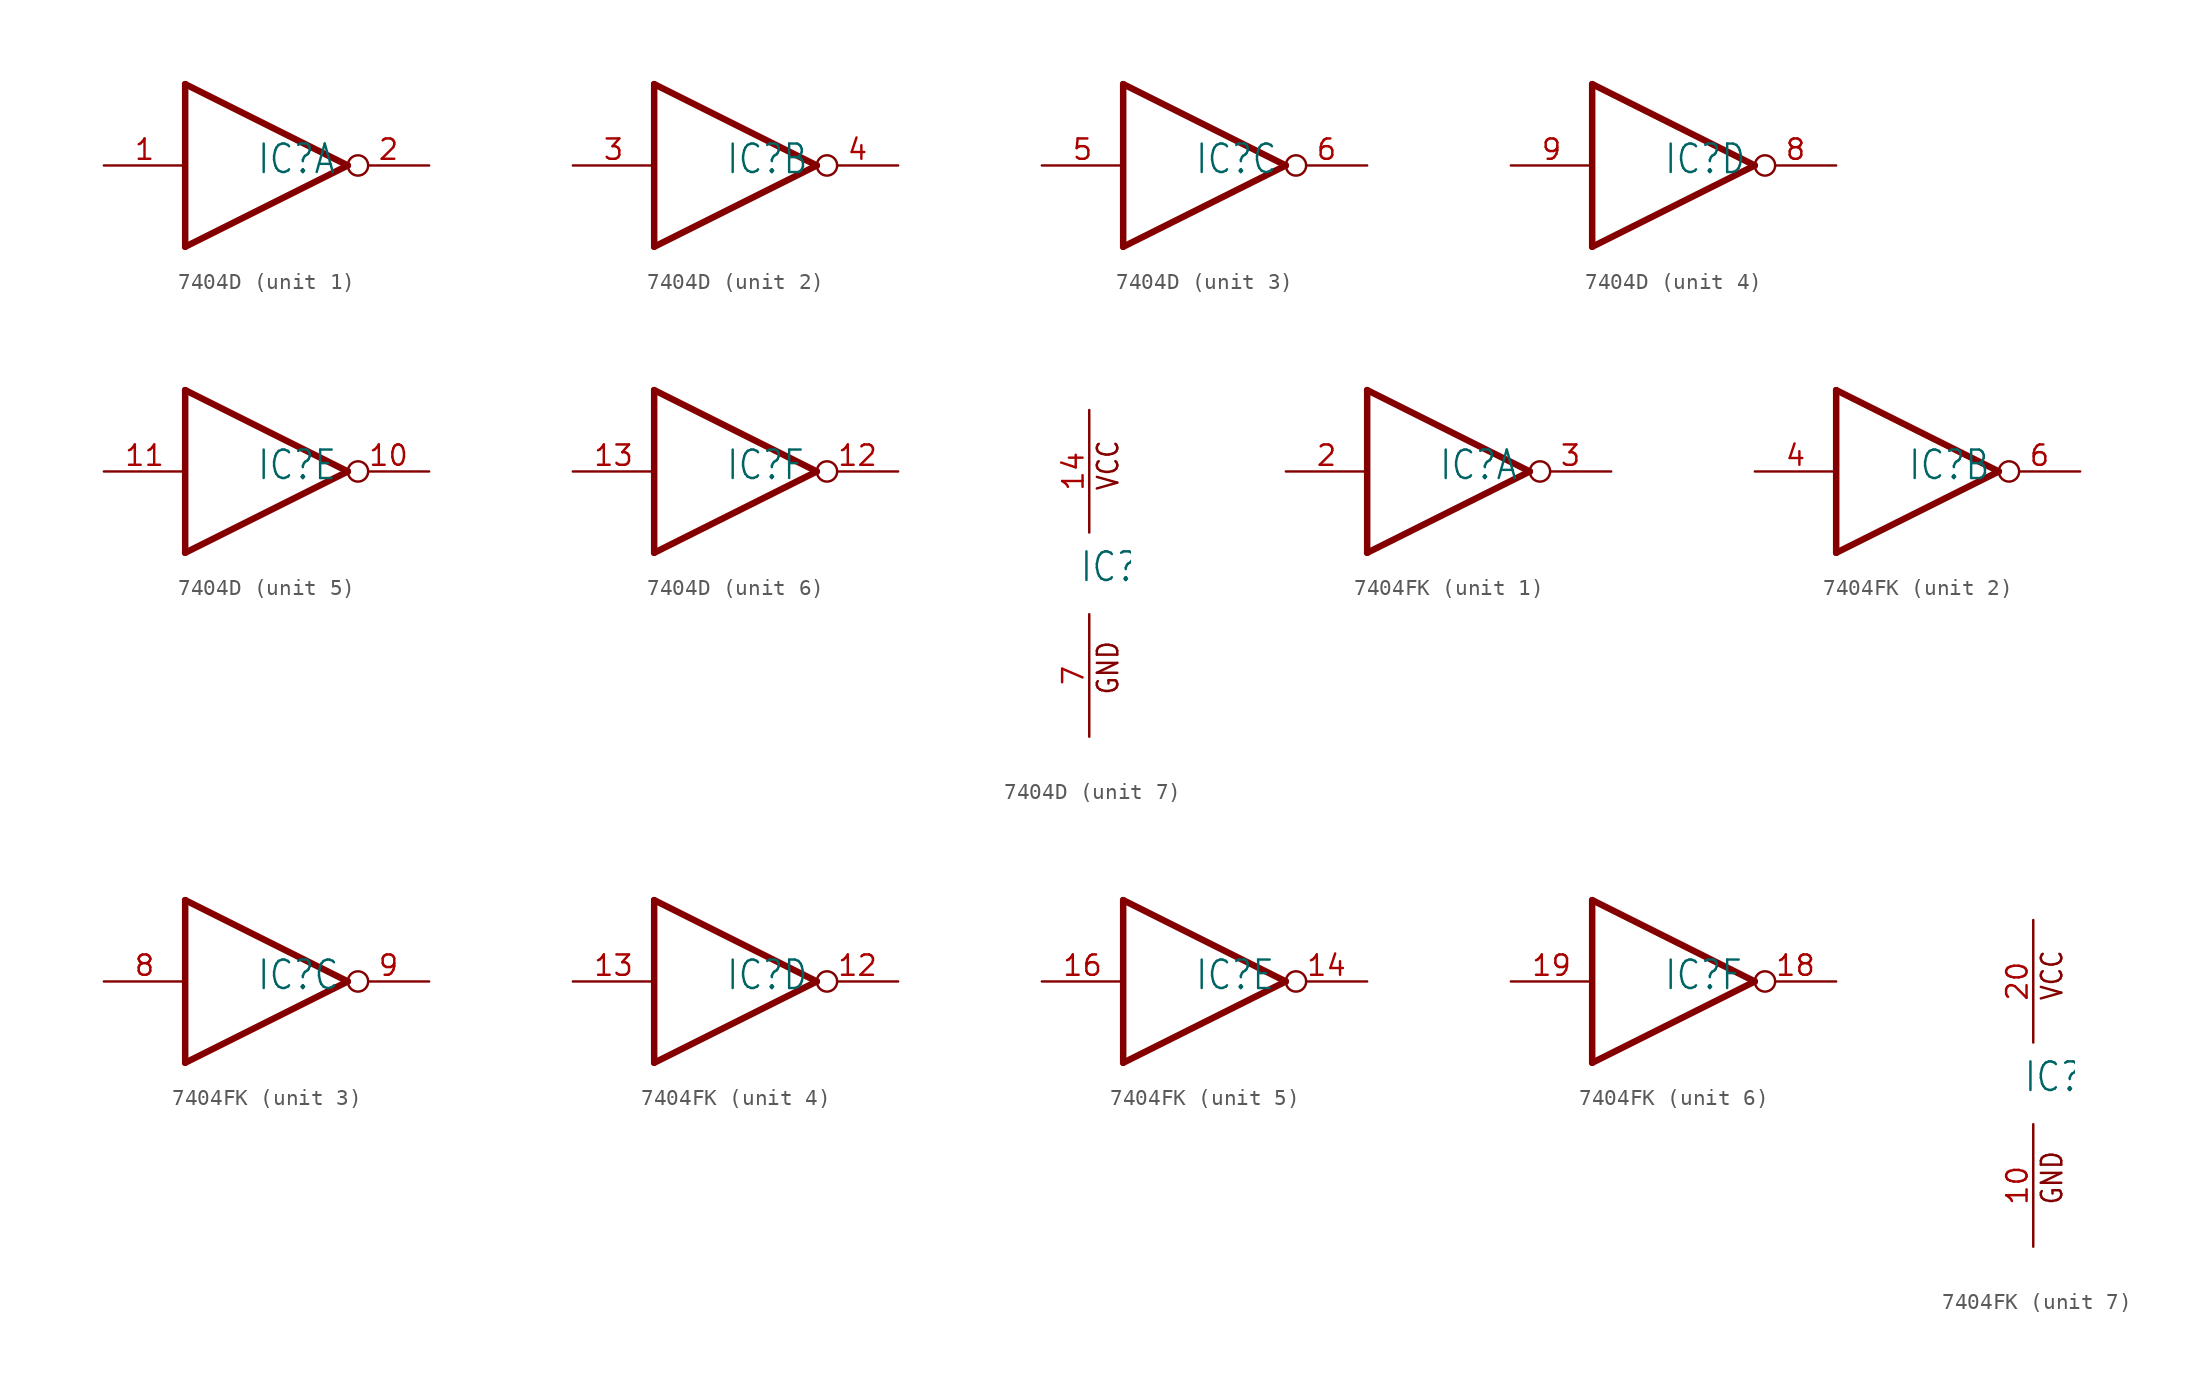
<source format=kicad_sym>
(kicad_symbol_lib
  (version 20211014)
  (generator kicad_symbol_editor)
  (symbol "7404D"
    (property "Reference" "IC"
      (at -0.635 -0.635 0)
      (effects (font (size 1.778 1.511)) (justify left bottom)))
    (property "ki_locked" ""
      (at 0 0 0)
      (effects (font (size 1.27 1.27))))
    (symbol "7404D_1_0"
      (polyline (pts (xy -5.08 -5.08) (xy -5.08 5.08)) (stroke (width 0.406) (type default) (color 0 0 0 0)) (fill (type none)))
      (polyline (pts (xy -5.08 5.08) (xy 5.08 0)) (stroke (width 0.406) (type default) (color 0 0 0 0)) (fill (type none)))
      (polyline (pts (xy 5.08 0) (xy -5.08 -5.08)) (stroke (width 0.406) (type default) (color 0 0 0 0)) (fill (type none)))
      (pin input line (at -10.16 0 0) (length 5.08) (name "I" (effects (font (size 0 0)))) (number "1" (effects (font (size 1.27 1.27)))))
      (pin output inverted (at 10.16 0 180) (length 5.08) (name "O" (effects (font (size 0 0)))) (number "2" (effects (font (size 1.27 1.27))))))
    (symbol "7404D_2_0"
      (polyline (pts (xy -5.08 -5.08) (xy -5.08 5.08)) (stroke (width 0.406) (type default) (color 0 0 0 0)) (fill (type none)))
      (polyline (pts (xy -5.08 5.08) (xy 5.08 0)) (stroke (width 0.406) (type default) (color 0 0 0 0)) (fill (type none)))
      (polyline (pts (xy 5.08 0) (xy -5.08 -5.08)) (stroke (width 0.406) (type default) (color 0 0 0 0)) (fill (type none)))
      (pin input line (at -10.16 0 0) (length 5.08) (name "I" (effects (font (size 0 0)))) (number "3" (effects (font (size 1.27 1.27)))))
      (pin output inverted (at 10.16 0 180) (length 5.08) (name "O" (effects (font (size 0 0)))) (number "4" (effects (font (size 1.27 1.27))))))
    (symbol "7404D_3_0"
      (polyline (pts (xy -5.08 -5.08) (xy -5.08 5.08)) (stroke (width 0.406) (type default) (color 0 0 0 0)) (fill (type none)))
      (polyline (pts (xy -5.08 5.08) (xy 5.08 0)) (stroke (width 0.406) (type default) (color 0 0 0 0)) (fill (type none)))
      (polyline (pts (xy 5.08 0) (xy -5.08 -5.08)) (stroke (width 0.406) (type default) (color 0 0 0 0)) (fill (type none)))
      (pin input line (at -10.16 0 0) (length 5.08) (name "I" (effects (font (size 0 0)))) (number "5" (effects (font (size 1.27 1.27)))))
      (pin output inverted (at 10.16 0 180) (length 5.08) (name "O" (effects (font (size 0 0)))) (number "6" (effects (font (size 1.27 1.27))))))
    (symbol "7404D_4_0"
      (polyline (pts (xy -5.08 -5.08) (xy -5.08 5.08)) (stroke (width 0.406) (type default) (color 0 0 0 0)) (fill (type none)))
      (polyline (pts (xy -5.08 5.08) (xy 5.08 0)) (stroke (width 0.406) (type default) (color 0 0 0 0)) (fill (type none)))
      (polyline (pts (xy 5.08 0) (xy -5.08 -5.08)) (stroke (width 0.406) (type default) (color 0 0 0 0)) (fill (type none)))
      (pin output inverted (at 10.16 0 180) (length 5.08) (name "O" (effects (font (size 0 0)))) (number "8" (effects (font (size 1.27 1.27)))))
      (pin input line (at -10.16 0 0) (length 5.08) (name "I" (effects (font (size 0 0)))) (number "9" (effects (font (size 1.27 1.27))))))
    (symbol "7404D_5_0"
      (polyline (pts (xy -5.08 -5.08) (xy -5.08 5.08)) (stroke (width 0.406) (type default) (color 0 0 0 0)) (fill (type none)))
      (polyline (pts (xy -5.08 5.08) (xy 5.08 0)) (stroke (width 0.406) (type default) (color 0 0 0 0)) (fill (type none)))
      (polyline (pts (xy 5.08 0) (xy -5.08 -5.08)) (stroke (width 0.406) (type default) (color 0 0 0 0)) (fill (type none)))
      (pin output inverted (at 10.16 0 180) (length 5.08) (name "O" (effects (font (size 0 0)))) (number "10" (effects (font (size 1.27 1.27)))))
      (pin input line (at -10.16 0 0) (length 5.08) (name "I" (effects (font (size 0 0)))) (number "11" (effects (font (size 1.27 1.27))))))
    (symbol "7404D_6_0"
      (polyline (pts (xy -5.08 -5.08) (xy -5.08 5.08)) (stroke (width 0.406) (type default) (color 0 0 0 0)) (fill (type none)))
      (polyline (pts (xy -5.08 5.08) (xy 5.08 0)) (stroke (width 0.406) (type default) (color 0 0 0 0)) (fill (type none)))
      (polyline (pts (xy 5.08 0) (xy -5.08 -5.08)) (stroke (width 0.406) (type default) (color 0 0 0 0)) (fill (type none)))
      (pin output inverted (at 10.16 0 180) (length 5.08) (name "O" (effects (font (size 0 0)))) (number "12" (effects (font (size 1.27 1.27)))))
      (pin input line (at -10.16 0 0) (length 5.08) (name "I" (effects (font (size 0 0)))) (number "13" (effects (font (size 1.27 1.27))))))
    (symbol "7404D_7_0"
      (text "GND" (at 1.905 -7.62 900) (effects (font (size 1.27 1.079)) (justify left bottom)))
      (text "VCC" (at 1.905 5.08 900) (effects (font (size 1.27 1.079)) (justify left bottom)))
      (pin power_in line (at 0 10.16 270) (length 7.62) (name "VCC" (effects (font (size 0 0)))) (number "14" (effects (font (size 1.27 1.27)))))
      (pin power_in line (at 0 -10.16 90) (length 7.62) (name "GND" (effects (font (size 0 0)))) (number "7" (effects (font (size 1.27 1.27)))))))
  (symbol "7404FK"
    (property "Reference" "IC"
      (at -0.635 -0.635 0)
      (effects (font (size 1.778 1.511)) (justify left bottom)))
    (property "ki_locked" ""
      (at 0 0 0)
      (effects (font (size 1.27 1.27))))
    (symbol "7404FK_1_0"
      (polyline (pts (xy -5.08 -5.08) (xy -5.08 5.08)) (stroke (width 0.406) (type default) (color 0 0 0 0)) (fill (type none)))
      (polyline (pts (xy -5.08 5.08) (xy 5.08 0)) (stroke (width 0.406) (type default) (color 0 0 0 0)) (fill (type none)))
      (polyline (pts (xy 5.08 0) (xy -5.08 -5.08)) (stroke (width 0.406) (type default) (color 0 0 0 0)) (fill (type none)))
      (pin input line (at -10.16 0 0) (length 5.08) (name "I" (effects (font (size 0 0)))) (number "2" (effects (font (size 1.27 1.27)))))
      (pin output inverted (at 10.16 0 180) (length 5.08) (name "O" (effects (font (size 0 0)))) (number "3" (effects (font (size 1.27 1.27))))))
    (symbol "7404FK_2_0"
      (polyline (pts (xy -5.08 -5.08) (xy -5.08 5.08)) (stroke (width 0.406) (type default) (color 0 0 0 0)) (fill (type none)))
      (polyline (pts (xy -5.08 5.08) (xy 5.08 0)) (stroke (width 0.406) (type default) (color 0 0 0 0)) (fill (type none)))
      (polyline (pts (xy 5.08 0) (xy -5.08 -5.08)) (stroke (width 0.406) (type default) (color 0 0 0 0)) (fill (type none)))
      (pin input line (at -10.16 0 0) (length 5.08) (name "I" (effects (font (size 0 0)))) (number "4" (effects (font (size 1.27 1.27)))))
      (pin output inverted (at 10.16 0 180) (length 5.08) (name "O" (effects (font (size 0 0)))) (number "6" (effects (font (size 1.27 1.27))))))
    (symbol "7404FK_3_0"
      (polyline (pts (xy -5.08 -5.08) (xy -5.08 5.08)) (stroke (width 0.406) (type default) (color 0 0 0 0)) (fill (type none)))
      (polyline (pts (xy -5.08 5.08) (xy 5.08 0)) (stroke (width 0.406) (type default) (color 0 0 0 0)) (fill (type none)))
      (polyline (pts (xy 5.08 0) (xy -5.08 -5.08)) (stroke (width 0.406) (type default) (color 0 0 0 0)) (fill (type none)))
      (pin input line (at -10.16 0 0) (length 5.08) (name "I" (effects (font (size 0 0)))) (number "8" (effects (font (size 1.27 1.27)))))
      (pin output inverted (at 10.16 0 180) (length 5.08) (name "O" (effects (font (size 0 0)))) (number "9" (effects (font (size 1.27 1.27))))))
    (symbol "7404FK_4_0"
      (polyline (pts (xy -5.08 -5.08) (xy -5.08 5.08)) (stroke (width 0.406) (type default) (color 0 0 0 0)) (fill (type none)))
      (polyline (pts (xy -5.08 5.08) (xy 5.08 0)) (stroke (width 0.406) (type default) (color 0 0 0 0)) (fill (type none)))
      (polyline (pts (xy 5.08 0) (xy -5.08 -5.08)) (stroke (width 0.406) (type default) (color 0 0 0 0)) (fill (type none)))
      (pin output inverted (at 10.16 0 180) (length 5.08) (name "O" (effects (font (size 0 0)))) (number "12" (effects (font (size 1.27 1.27)))))
      (pin input line (at -10.16 0 0) (length 5.08) (name "I" (effects (font (size 0 0)))) (number "13" (effects (font (size 1.27 1.27))))))
    (symbol "7404FK_5_0"
      (polyline (pts (xy -5.08 -5.08) (xy -5.08 5.08)) (stroke (width 0.406) (type default) (color 0 0 0 0)) (fill (type none)))
      (polyline (pts (xy -5.08 5.08) (xy 5.08 0)) (stroke (width 0.406) (type default) (color 0 0 0 0)) (fill (type none)))
      (polyline (pts (xy 5.08 0) (xy -5.08 -5.08)) (stroke (width 0.406) (type default) (color 0 0 0 0)) (fill (type none)))
      (pin output inverted (at 10.16 0 180) (length 5.08) (name "O" (effects (font (size 0 0)))) (number "14" (effects (font (size 1.27 1.27)))))
      (pin input line (at -10.16 0 0) (length 5.08) (name "I" (effects (font (size 0 0)))) (number "16" (effects (font (size 1.27 1.27))))))
    (symbol "7404FK_6_0"
      (polyline (pts (xy -5.08 -5.08) (xy -5.08 5.08)) (stroke (width 0.406) (type default) (color 0 0 0 0)) (fill (type none)))
      (polyline (pts (xy -5.08 5.08) (xy 5.08 0)) (stroke (width 0.406) (type default) (color 0 0 0 0)) (fill (type none)))
      (polyline (pts (xy 5.08 0) (xy -5.08 -5.08)) (stroke (width 0.406) (type default) (color 0 0 0 0)) (fill (type none)))
      (pin output inverted (at 10.16 0 180) (length 5.08) (name "O" (effects (font (size 0 0)))) (number "18" (effects (font (size 1.27 1.27)))))
      (pin input line (at -10.16 0 0) (length 5.08) (name "I" (effects (font (size 0 0)))) (number "19" (effects (font (size 1.27 1.27))))))
    (symbol "7404FK_7_0"
      (text "GND" (at 1.905 -7.62 900) (effects (font (size 1.27 1.079)) (justify left bottom)))
      (text "VCC" (at 1.905 5.08 900) (effects (font (size 1.27 1.079)) (justify left bottom)))
      (pin power_in line (at 0 -10.16 90) (length 7.62) (name "GND" (effects (font (size 0 0)))) (number "10" (effects (font (size 1.27 1.27)))))
      (pin power_in line (at 0 10.16 270) (length 7.62) (name "VCC" (effects (font (size 0 0)))) (number "20" (effects (font (size 1.27 1.27))))))))
</source>
